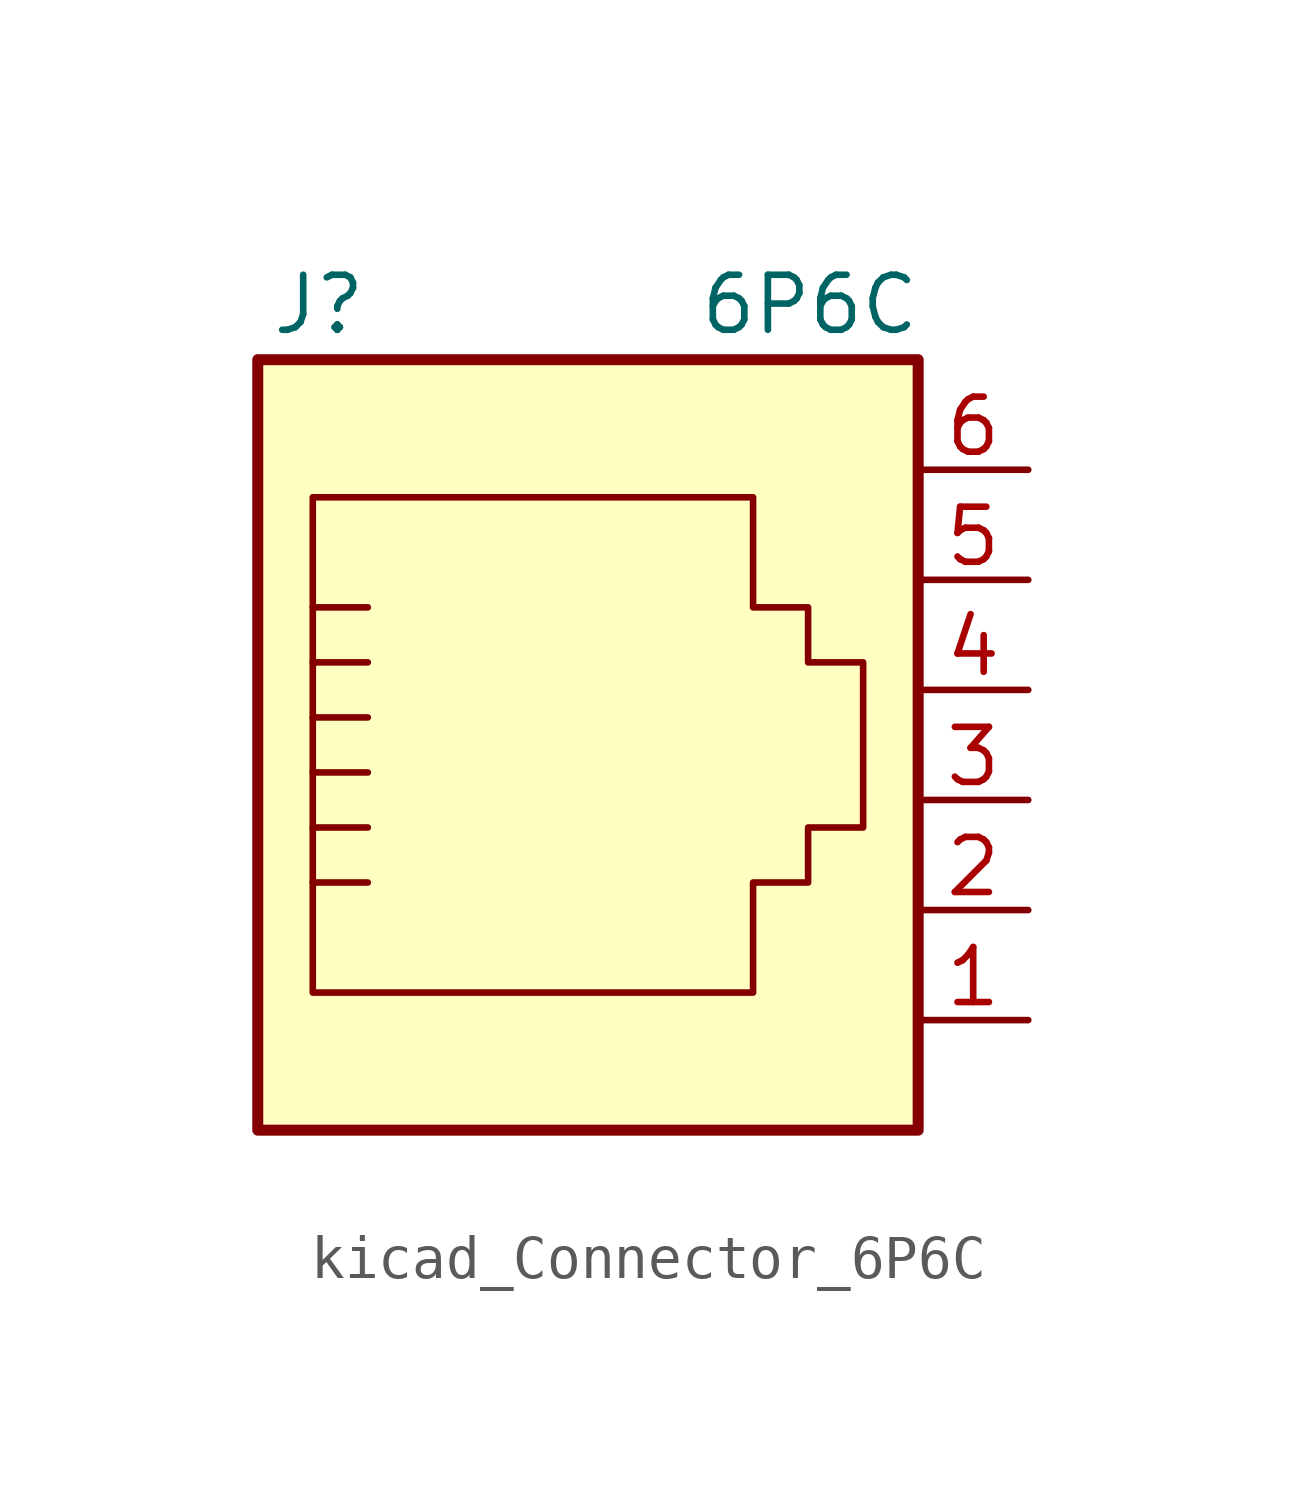
<source format=kicad_sym>
(kicad_symbol_lib
  (version 20220914)
  (generator kicad_symbol_editor)
  (symbol "kicad_Connector_6P6C"
    (pin_names
      (offset 1.016))
    (property "Reference" "J"
      (at -5.08 11.43 0)
      (effects (font (size 1.27 1.27)) (justify right)))
    (property "Value" "6P6C"
      (at 2.54 11.43 0)
      (effects (font (size 1.27 1.27)) (justify left)))
    (symbol "kicad_Connector_6P6C_0_1"
      (polyline (pts (xy -6.35 -1.905) (xy -5.08 -1.905) (xy -5.08 -1.905)) (stroke (width 0) (type default)) (fill (type none)))
      (polyline (pts (xy -6.35 -0.635) (xy -5.08 -0.635) (xy -5.08 -0.635)) (stroke (width 0) (type default)) (fill (type none)))
      (polyline (pts (xy -6.35 0.635) (xy -5.08 0.635) (xy -5.08 0.635)) (stroke (width 0) (type default)) (fill (type none)))
      (polyline (pts (xy -6.35 1.905) (xy -5.08 1.905) (xy -5.08 1.905)) (stroke (width 0) (type default)) (fill (type none)))
      (polyline (pts (xy -6.35 3.175) (xy -5.08 3.175) (xy -5.08 3.175)) (stroke (width 0) (type default)) (fill (type none)))
      (polyline (pts (xy -5.08 4.445) (xy -6.35 4.445) (xy -6.35 4.445)) (stroke (width 0) (type default)) (fill (type none)))
      (polyline (pts (xy -6.35 -4.445) (xy -6.35 6.985) (xy 3.81 6.985) (xy 3.81 4.445) (xy 5.08 4.445) (xy 5.08 3.175) (xy 6.35 3.175) (xy 6.35 -0.635) (xy 5.08 -0.635) (xy 5.08 -1.905) (xy 3.81 -1.905) (xy 3.81 -4.445) (xy -6.35 -4.445) (xy -6.35 -4.445)) (stroke (width 0) (type default)) (fill (type none)))
      (rectangle (start 7.62 10.16) (end -7.62 -7.62) (stroke (width 0.254) (type default)) (fill (type background))))
    (symbol "kicad_Connector_6P6C_1_1"
      (pin passive line (at 10.16 -5.08 180) (length 2.54) (name "~" (effects (font (size 1.27 1.27)))) (number "1" (effects (font (size 1.27 1.27)))))
      (pin passive line (at 10.16 -2.54 180) (length 2.54) (name "~" (effects (font (size 1.27 1.27)))) (number "2" (effects (font (size 1.27 1.27)))))
      (pin passive line (at 10.16 0 180) (length 2.54) (name "~" (effects (font (size 1.27 1.27)))) (number "3" (effects (font (size 1.27 1.27)))))
      (pin passive line (at 10.16 2.54 180) (length 2.54) (name "~" (effects (font (size 1.27 1.27)))) (number "4" (effects (font (size 1.27 1.27)))))
      (pin passive line (at 10.16 5.08 180) (length 2.54) (name "~" (effects (font (size 1.27 1.27)))) (number "5" (effects (font (size 1.27 1.27)))))
      (pin passive line (at 10.16 7.62 180) (length 2.54) (name "~" (effects (font (size 1.27 1.27)))) (number "6" (effects (font (size 1.27 1.27))))))))
</source>
